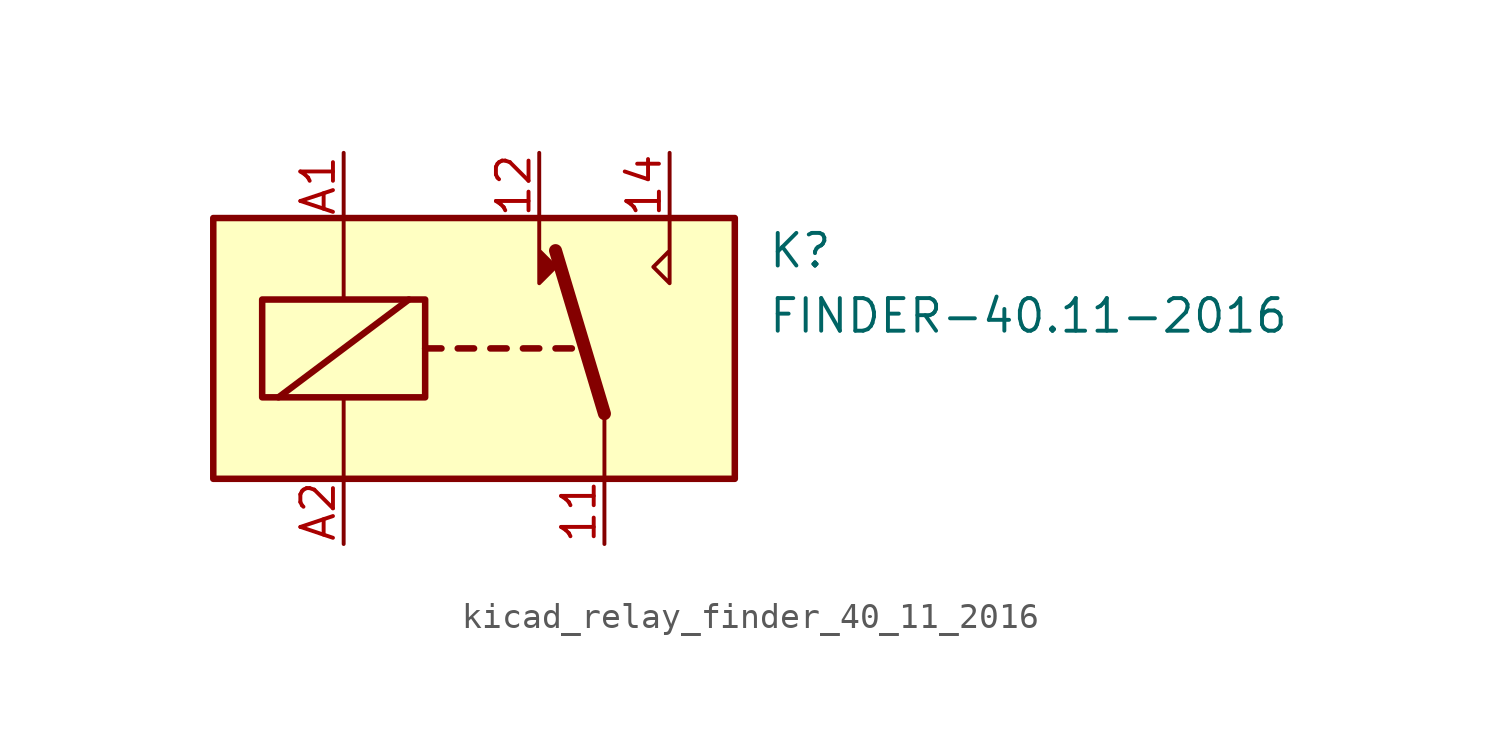
<source format=kicad_sym>
(kicad_symbol_lib
  (version 20220914)
  (generator kicad_symbol_editor)
  (symbol "kicad_relay_finder_40_11_2016"
    (property "Reference" "K"
      (at 11.43 3.81 0)
      (effects (font (size 1.27 1.27)) (justify left)))
    (property "Value" "FINDER-40.11-2016"
      (at 11.43 1.27 0)
      (effects (font (size 1.27 1.27)) (justify left)))
    (symbol "kicad_relay_finder_40_11_2016_0_0"
      (polyline (pts (xy 7.62 5.08) (xy 7.62 2.54) (xy 6.985 3.175) (xy 7.62 3.81)) (stroke (width 0) (type default)) (fill (type none))))
    (symbol "kicad_relay_finder_40_11_2016_0_1"
      (rectangle (start -10.16 5.08) (end 10.16 -5.08) (stroke (width 0.254) (type default)) (fill (type background)))
      (rectangle (start -8.255 1.905) (end -1.905 -1.905) (stroke (width 0.254) (type default)) (fill (type none)))
      (polyline (pts (xy -7.62 -1.905) (xy -2.54 1.905)) (stroke (width 0.254) (type default)) (fill (type none)))
      (polyline (pts (xy -5.08 -5.08) (xy -5.08 -1.905)) (stroke (width 0) (type default)) (fill (type none)))
      (polyline (pts (xy -5.08 5.08) (xy -5.08 1.905)) (stroke (width 0) (type default)) (fill (type none)))
      (polyline (pts (xy -1.905 0) (xy -1.27 0)) (stroke (width 0.254) (type default)) (fill (type none)))
      (polyline (pts (xy -0.635 0) (xy 0 0)) (stroke (width 0.254) (type default)) (fill (type none)))
      (polyline (pts (xy 0.635 0) (xy 1.27 0)) (stroke (width 0.254) (type default)) (fill (type none)))
      (polyline (pts (xy 1.905 0) (xy 2.54 0)) (stroke (width 0.254) (type default)) (fill (type none)))
      (polyline (pts (xy 3.175 0) (xy 3.81 0)) (stroke (width 0.254) (type default)) (fill (type none)))
      (polyline (pts (xy 5.08 -2.54) (xy 3.175 3.81)) (stroke (width 0.508) (type default)) (fill (type none)))
      (polyline (pts (xy 5.08 -2.54) (xy 5.08 -5.08)) (stroke (width 0) (type default)) (fill (type none)))
      (polyline (pts (xy 2.54 5.08) (xy 2.54 2.54) (xy 3.175 3.175) (xy 2.54 3.81)) (stroke (width 0) (type default)) (fill (type outline))))
    (symbol "kicad_relay_finder_40_11_2016_1_1"
      (pin passive line (at 5.08 -7.62 90) (length 2.54) (name "~" (effects (font (size 1.27 1.27)))) (number "11" (effects (font (size 1.27 1.27)))))
      (pin passive line (at 2.54 7.62 270) (length 2.54) (name "~" (effects (font (size 1.27 1.27)))) (number "12" (effects (font (size 1.27 1.27)))))
      (pin passive line (at 7.62 7.62 270) (length 2.54) (name "~" (effects (font (size 1.27 1.27)))) (number "14" (effects (font (size 1.27 1.27)))))
      (pin passive line (at -5.08 7.62 270) (length 2.54) (name "~" (effects (font (size 1.27 1.27)))) (number "A1" (effects (font (size 1.27 1.27)))))
      (pin passive line (at -5.08 -7.62 90) (length 2.54) (name "~" (effects (font (size 1.27 1.27)))) (number "A2" (effects (font (size 1.27 1.27))))))))
</source>
